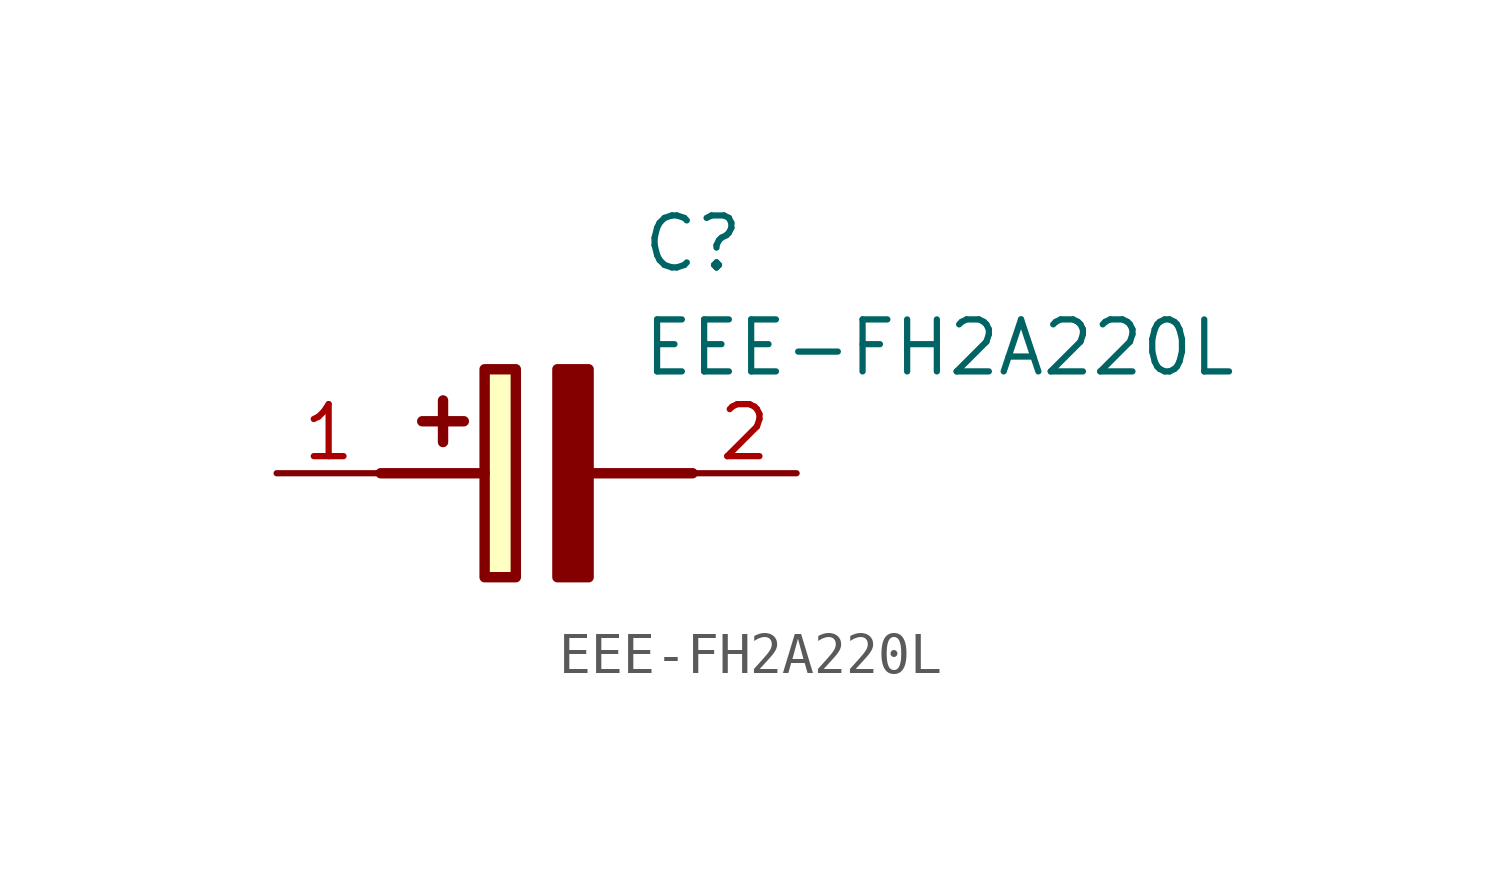
<source format=kicad_sym>
(kicad_symbol_lib
  (version 20211014)
  (generator SamacSys_ECAD_Model)
  (symbol "EEE-FH2A220L"
    (pin_names hide)
    (property "Reference" "C"
      (at 8.89 6.35 0)
      (effects (font (size 1.27 1.27)) (justify left top)))
    (property "Value" "EEE-FH2A220L"
      (at 8.89 3.81 0)
      (effects (font (size 1.27 1.27)) (justify left top)))
    (rectangle
      (start 5.08 2.54)
      (end 5.842 -2.54)
      (stroke (width 0.254) (type default))
      (fill (type background)))
    (polyline
      (pts (xy 4.572 1.27) (xy 3.556 1.27))
      (stroke (width 0.254) (type default))
      (fill (type none)))
    (polyline
      (pts (xy 4.064 1.778) (xy 4.064 0.762))
      (stroke (width 0.254) (type default))
      (fill (type none)))
    (polyline
      (pts (xy 2.54 0) (xy 5.08 0))
      (stroke (width 0.254) (type default))
      (fill (type none)))
    (polyline
      (pts (xy 7.62 0) (xy 10.16 0))
      (stroke (width 0.254) (type default))
      (fill (type none)))
    (polyline
      (pts (xy 7.62 2.54) (xy 7.62 -2.54) (xy 6.858 -2.54) (xy 6.858 2.54) (xy 7.62 2.54))
      (stroke (width 0.254) (type default))
      (fill (type outline)))
    (pin passive line
      (at 0 0 0)
      (length 2.54)
      (name "+" (effects (font (size 1.27 1.27))))
      (number "1" (effects (font (size 1.27 1.27)))))
    (pin passive line
      (at 12.7 0 180)
      (length 2.54)
      (name "-" (effects (font (size 1.27 1.27))))
      (number "2" (effects (font (size 1.27 1.27)))))))
</source>
